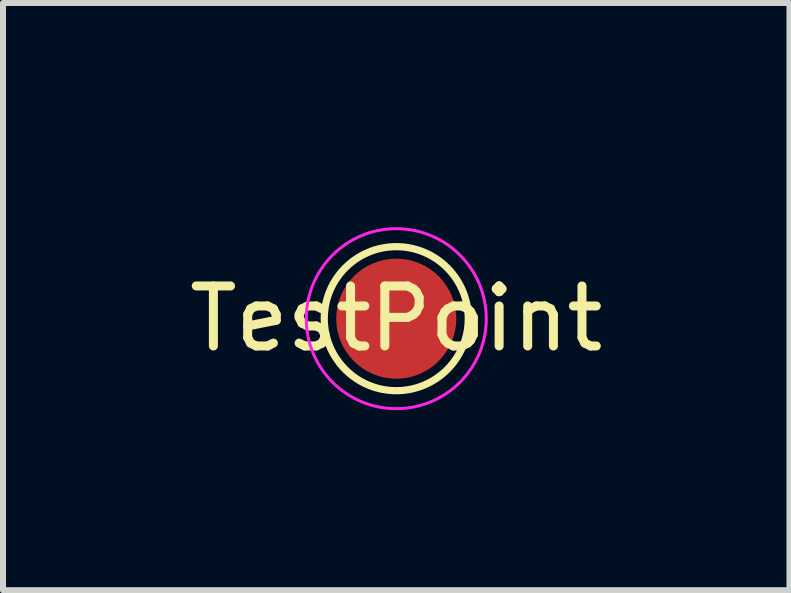
<source format=kicad_pcb>
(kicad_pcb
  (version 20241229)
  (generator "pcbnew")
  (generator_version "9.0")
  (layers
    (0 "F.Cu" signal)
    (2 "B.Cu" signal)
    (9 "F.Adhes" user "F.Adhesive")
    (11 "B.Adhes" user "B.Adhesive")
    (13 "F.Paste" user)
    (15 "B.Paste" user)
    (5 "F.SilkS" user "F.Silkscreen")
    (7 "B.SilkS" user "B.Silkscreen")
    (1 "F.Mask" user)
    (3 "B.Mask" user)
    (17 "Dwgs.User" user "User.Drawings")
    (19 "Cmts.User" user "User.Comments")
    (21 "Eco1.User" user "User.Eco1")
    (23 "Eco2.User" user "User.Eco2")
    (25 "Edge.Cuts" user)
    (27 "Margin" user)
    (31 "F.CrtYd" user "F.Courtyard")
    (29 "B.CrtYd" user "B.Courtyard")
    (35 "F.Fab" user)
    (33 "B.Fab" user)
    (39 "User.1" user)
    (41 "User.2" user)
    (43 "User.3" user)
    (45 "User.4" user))
  (footprint "TestPoint"
    (layer "F.Cu")
    (at 3.554 2.261)
    (property "Reference" "TestPoint" (at 0 0 0) (layer "F.SilkS") (effects (font (size 1 1) (thickness 0.15))))
    (attr exclude_from_pos_files exclude_from_bom)
    (fp_circle (center 0 0) (end 0 1.2) (stroke (width 0.12) (type solid)) (fill no) (layer "F.SilkS"))
    (fp_circle (center 0 0) (end 1.5 0) (stroke (width 0.05) (type solid)) (fill no) (layer "F.CrtYd"))
    (fp_text user "${NET_NAME(1)}" (at 0 -1.998 0) (unlocked yes) (layer "F.SilkS") (effects (font (size 1 1) (thickness 0.15))))
    (pad "1" smd circle (at 0 0) (size 2 2) (layers "F.Cu" "F.Mask")))
  (gr_rect
    (start -3 -3)
    (end 10.107 6.786)
    (stroke (width 0.1) (type default))
    (fill no)
    (layer "Edge.Cuts")))
</source>
